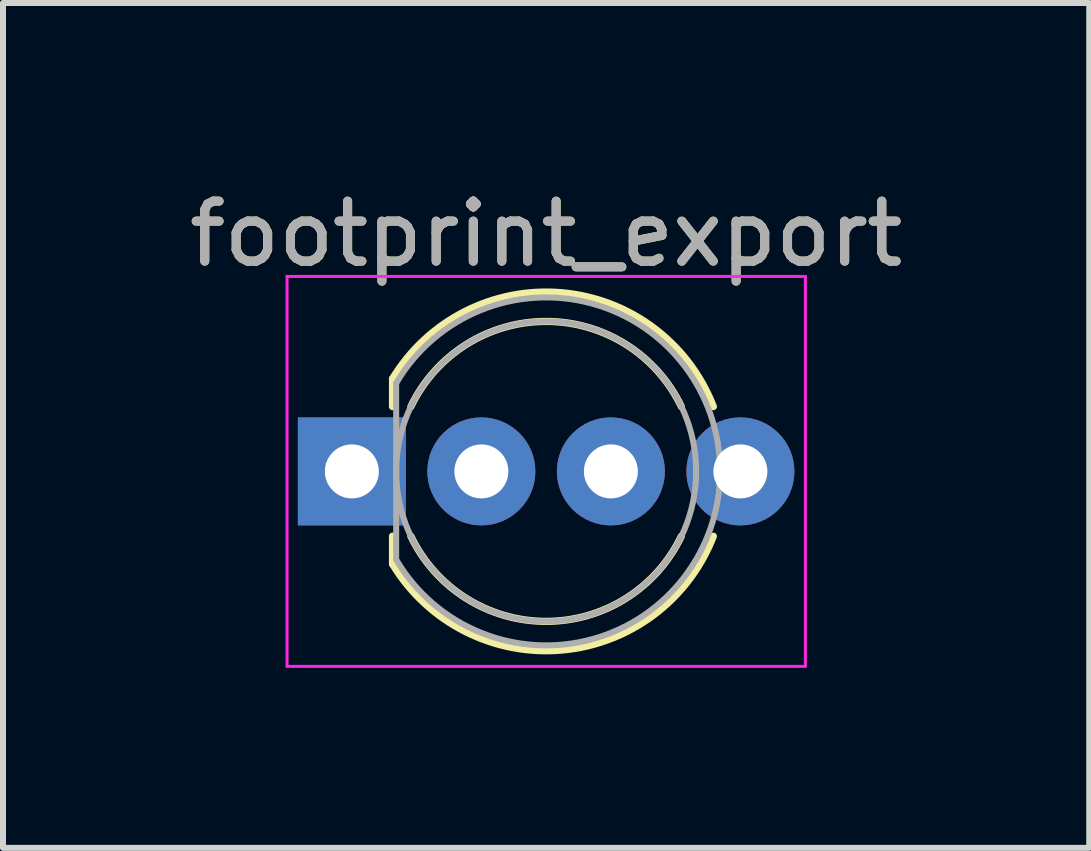
<source format=kicad_pcb>
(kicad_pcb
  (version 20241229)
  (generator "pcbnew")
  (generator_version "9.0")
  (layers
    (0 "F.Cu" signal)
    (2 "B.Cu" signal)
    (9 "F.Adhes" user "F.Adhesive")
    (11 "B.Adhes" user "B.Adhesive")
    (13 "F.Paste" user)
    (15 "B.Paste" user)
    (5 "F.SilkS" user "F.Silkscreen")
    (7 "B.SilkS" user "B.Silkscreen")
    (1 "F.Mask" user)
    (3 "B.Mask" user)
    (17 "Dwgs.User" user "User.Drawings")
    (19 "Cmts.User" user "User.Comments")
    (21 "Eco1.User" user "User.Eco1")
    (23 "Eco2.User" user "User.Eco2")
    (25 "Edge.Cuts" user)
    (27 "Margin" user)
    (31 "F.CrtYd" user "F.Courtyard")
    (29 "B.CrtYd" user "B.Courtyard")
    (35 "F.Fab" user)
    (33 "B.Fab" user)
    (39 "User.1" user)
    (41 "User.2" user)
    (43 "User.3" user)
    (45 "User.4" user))
  (footprint "footprint_export"
    (layer "F.Cu")
    (at 2.815 4.808)
    (property "Reference" "footprint_export" (at 3.239 -3.96 0) (layer "F.SilkS") (effects (font (size 1 1) (thickness 0.15))))
    (attr through_hole)
    (fp_line (start 0.678 -1.545) (end 0.678 -1.08) (stroke (width 0.12) (type solid)) (layer "F.SilkS"))
    (fp_line (start 0.678 1.08) (end 0.678 1.545) (stroke (width 0.12) (type solid)) (layer "F.SilkS"))
    (fp_arc (start 0.6785 -1.54483) (mid 3.496956 -2.978809) (end 6.026315 -1.080827) (stroke (width 0.12) (type solid)) (layer "F.SilkS"))
    (fp_arc (start 0.983816 -1.08) (mid 3.238262 -2.5) (end 5.492979 -1.080429) (stroke (width 0.12) (type solid)) (layer "F.SilkS"))
    (fp_arc (start 5.492979 1.080429) (mid 3.238262 2.5) (end 0.983816 1.08) (stroke (width 0.12) (type solid)) (layer "F.SilkS"))
    (fp_arc (start 6.026315 1.080827) (mid 3.496956 2.978808) (end 0.6785 1.54483) (stroke (width 0.12) (type solid)) (layer "F.SilkS"))
    (fp_line (start -1.08 -3.25) (end -1.08 3.25) (stroke (width 0.05) (type solid)) (layer "F.CrtYd"))
    (fp_line (start -1.08 3.25) (end 7.56 3.25) (stroke (width 0.05) (type solid)) (layer "F.CrtYd"))
    (fp_line (start 7.56 -3.25) (end -1.08 -3.25) (stroke (width 0.05) (type solid)) (layer "F.CrtYd"))
    (fp_line (start 7.56 3.25) (end 7.56 -3.25) (stroke (width 0.05) (type solid)) (layer "F.CrtYd"))
    (fp_line (start 0.739 -1.47) (end 0.739 1.47) (stroke (width 0.1) (type solid)) (layer "F.Fab"))
    (fp_arc (start 0.7385 -1.469694) (mid 6.1385 0.000016) (end 0.738484 1.469666) (stroke (width 0.1) (type solid)) (layer "F.Fab"))
    (fp_circle (center 3.239 0) (end 5.739 0) (stroke (width 0.1) (type solid)) (fill no) (layer "F.Fab"))
    (fp_text user "${REFERENCE}" (at 3.239 -3.96 0) (layer "F.Fab") (effects (font (size 1 1) (thickness 0.15))))
    (pad "1" thru_hole rect (at 0 0) (size 1.8 1.8) (drill 0.9) (layers "*.Cu" "*.Mask"))
    (pad "2" thru_hole circle (at 2.159 0) (size 1.8 1.8) (drill 0.9) (layers "*.Cu" "*.Mask"))
    (pad "3" thru_hole circle (at 4.318 0) (size 1.8 1.8) (drill 0.9) (layers "*.Cu" "*.Mask"))
    (pad "4" thru_hole circle (at 6.477 0) (size 1.8 1.8) (drill 0.9) (layers "*.Cu" "*.Mask")))
  (gr_rect
    (start -3 -3)
    (end 15.107 11.083)
    (stroke (width 0.1) (type default))
    (fill no)
    (layer "Edge.Cuts")))
</source>
